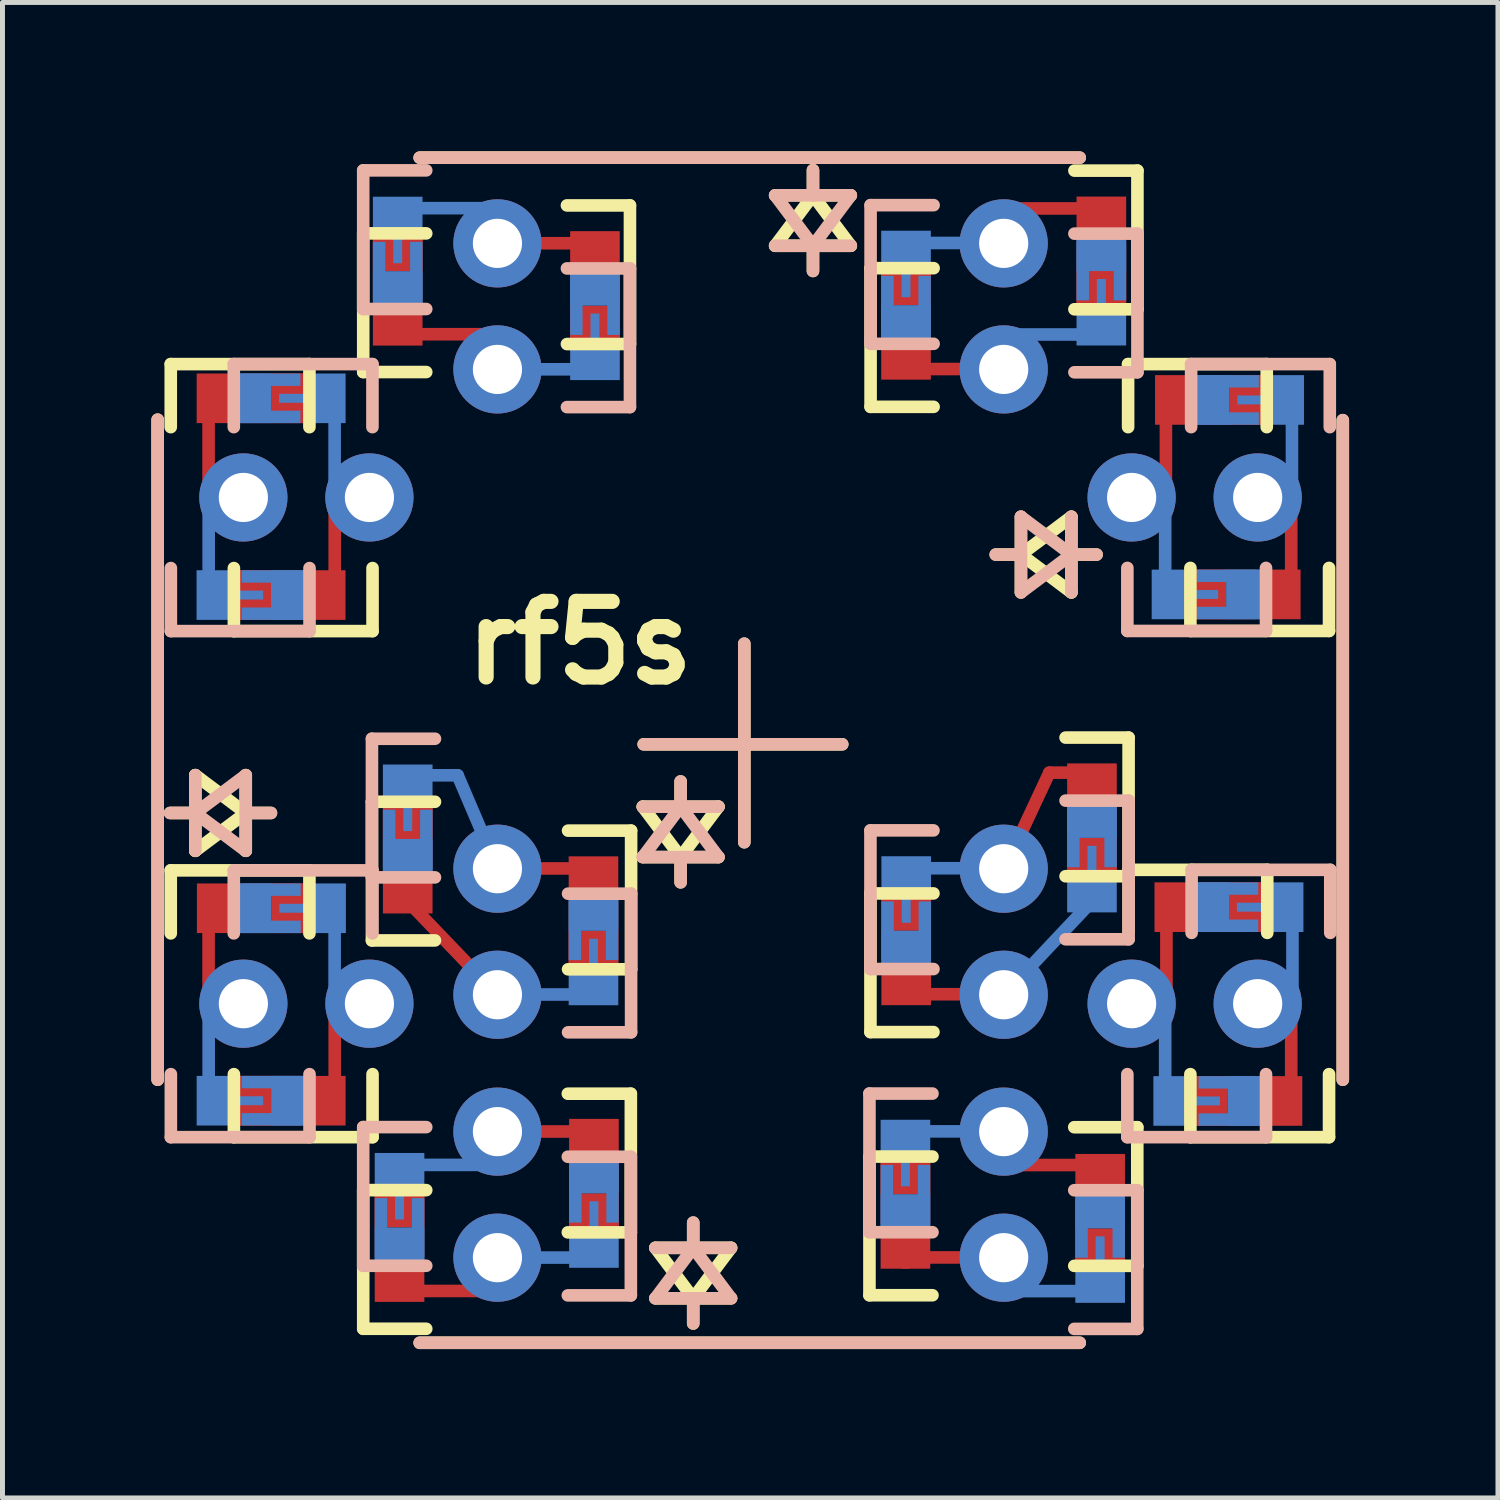
<source format=kicad_pcb>
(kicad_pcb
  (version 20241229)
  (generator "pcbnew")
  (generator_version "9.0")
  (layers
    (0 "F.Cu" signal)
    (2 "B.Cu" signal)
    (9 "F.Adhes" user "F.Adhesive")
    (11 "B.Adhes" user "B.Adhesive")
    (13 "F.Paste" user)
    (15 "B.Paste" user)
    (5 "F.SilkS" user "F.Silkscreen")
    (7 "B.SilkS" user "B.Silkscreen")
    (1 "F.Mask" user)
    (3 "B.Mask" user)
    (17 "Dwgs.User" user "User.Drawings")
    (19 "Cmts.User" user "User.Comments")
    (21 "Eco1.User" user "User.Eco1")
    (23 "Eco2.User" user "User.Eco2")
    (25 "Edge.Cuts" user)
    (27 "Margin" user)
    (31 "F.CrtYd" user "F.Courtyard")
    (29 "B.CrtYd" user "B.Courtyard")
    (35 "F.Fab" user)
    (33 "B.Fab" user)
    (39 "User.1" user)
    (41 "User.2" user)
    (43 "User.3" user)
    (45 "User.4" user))
  (footprint "rf5s"
    (layer "F.Cu")
    (at 11.935 11.935)
    (property "Reference" "rf5s" (at -3.302 -2.032 0) (layer "F.SilkS") (effects (font (size 1.524 1.524) (thickness 0.305))))
    (attr through_hole)
    (fp_line (start -10.782 -5.235) (end -10.782 -6.759) (stroke (width 0.254) (type solid)) (layer "F.Cu"))
    (fp_line (start -10.782 4.966) (end -10.782 3.442) (stroke (width 0.254) (type solid)) (layer "F.Cu"))
    (fp_line (start -8.24 -4.681) (end -8.24 -3.157) (stroke (width 0.254) (type solid)) (layer "F.Cu"))
    (fp_line (start -8.24 5.517) (end -8.24 7.041) (stroke (width 0.254) (type solid)) (layer "F.Cu"))
    (fp_line (start -6.713 3.236) (end -4.963 5.062) (stroke (width 0.254) (type solid)) (layer "F.Cu"))
    (fp_line (start -5.253 -8.25) (end -6.777 -8.25) (stroke (width 0.254) (type solid)) (layer "F.Cu"))
    (fp_line (start -5.253 11.029) (end -6.777 11.029) (stroke (width 0.254) (type solid)) (layer "F.Cu"))
    (fp_line (start -4.704 -10.084) (end -3.18 -10.084) (stroke (width 0.254) (type solid)) (layer "F.Cu"))
    (fp_line (start -4.686 7.816) (end -3.162 7.816) (stroke (width 0.254) (type solid)) (layer "F.Cu"))
    (fp_line (start -4.681 2.515) (end -3.157 2.515) (stroke (width 0.254) (type solid)) (layer "F.Cu"))
    (fp_line (start 4.948 10.353) (end 3.424 10.353) (stroke (width 0.254) (type solid)) (layer "F.Cu"))
    (fp_line (start 4.968 5.05) (end 3.444 5.05) (stroke (width 0.254) (type solid)) (layer "F.Cu"))
    (fp_line (start 4.971 -7.549) (end 3.447 -7.549) (stroke (width 0.254) (type solid)) (layer "F.Cu"))
    (fp_line (start 5.519 8.491) (end 7.043 8.491) (stroke (width 0.254) (type solid)) (layer "F.Cu"))
    (fp_line (start 5.522 -10.785) (end 7.046 -10.785) (stroke (width 0.254) (type solid)) (layer "F.Cu"))
    (fp_line (start 6.16 0.584) (end 5.26 2.512) (stroke (width 0.254) (type solid)) (layer "F.Cu"))
    (fp_line (start 6.96 0.584) (end 6.16 0.584) (stroke (width 0.254) (type solid)) (layer "F.Cu"))
    (fp_line (start 8.509 -5.235) (end 8.509 -6.759) (stroke (width 0.254) (type solid)) (layer "F.Cu"))
    (fp_line (start 8.519 4.956) (end 8.519 3.432) (stroke (width 0.254) (type solid)) (layer "F.Cu"))
    (fp_line (start 11.034 -4.684) (end 11.034 -3.16) (stroke (width 0.254) (type solid)) (layer "F.Cu"))
    (fp_line (start 11.034 5.517) (end 11.034 7.041) (stroke (width 0.254) (type solid)) (layer "F.Cu"))
    (fp_line (start -10.78 -4.681) (end -10.78 -3.157) (stroke (width 0.254) (type solid)) (layer "B.Cu"))
    (fp_line (start -10.78 5.517) (end -10.78 7.041) (stroke (width 0.254) (type solid)) (layer "B.Cu"))
    (fp_line (start -8.242 -6.759) (end -8.242 -5.235) (stroke (width 0.254) (type solid)) (layer "B.Cu"))
    (fp_line (start -8.242 3.442) (end -8.242 4.966) (stroke (width 0.254) (type solid)) (layer "B.Cu"))
    (fp_line (start -6.739 0.638) (end -5.763 0.638) (stroke (width 0.254) (type solid)) (layer "B.Cu"))
    (fp_line (start -5.763 0.638) (end -4.963 2.512) (stroke (width 0.254) (type solid)) (layer "B.Cu"))
    (fp_line (start -5.253 -10.79) (end -6.777 -10.79) (stroke (width 0.254) (type solid)) (layer "B.Cu"))
    (fp_line (start -5.253 8.489) (end -6.777 8.489) (stroke (width 0.254) (type solid)) (layer "B.Cu"))
    (fp_line (start -4.704 -7.544) (end -3.18 -7.544) (stroke (width 0.254) (type solid)) (layer "B.Cu"))
    (fp_line (start -4.686 10.356) (end -3.162 10.356) (stroke (width 0.254) (type solid)) (layer "B.Cu"))
    (fp_line (start -4.681 5.055) (end -3.157 5.055) (stroke (width 0.254) (type solid)) (layer "B.Cu"))
    (fp_line (start 4.948 7.813) (end 3.424 7.813) (stroke (width 0.254) (type solid)) (layer "B.Cu"))
    (fp_line (start 4.968 2.51) (end 3.444 2.51) (stroke (width 0.254) (type solid)) (layer "B.Cu"))
    (fp_line (start 4.971 -10.089) (end 3.447 -10.089) (stroke (width 0.254) (type solid)) (layer "B.Cu"))
    (fp_line (start 5.519 11.031) (end 7.043 11.031) (stroke (width 0.254) (type solid)) (layer "B.Cu"))
    (fp_line (start 5.522 -8.245) (end 7.046 -8.245) (stroke (width 0.254) (type solid)) (layer "B.Cu"))
    (fp_line (start 6.982 3.216) (end 5.245 5.06) (stroke (width 0.254) (type solid)) (layer "B.Cu"))
    (fp_line (start 8.494 -4.684) (end 8.494 -3.16) (stroke (width 0.254) (type solid)) (layer "B.Cu"))
    (fp_line (start 8.494 5.517) (end 8.494 7.041) (stroke (width 0.254) (type solid)) (layer "B.Cu"))
    (fp_line (start 11.049 -5.235) (end 11.049 -6.759) (stroke (width 0.254) (type solid)) (layer "B.Cu"))
    (fp_line (start 11.059 4.956) (end 11.059 3.432) (stroke (width 0.254) (type solid)) (layer "B.Cu"))
    (fp_line (start -11.808 -6.528) (end -11.808 6.772) (stroke (width 0.254) (type solid)) (layer "F.SilkS"))
    (fp_line (start -11.557 1.397) (end -11.049 1.397) (stroke (width 0.254) (type solid)) (layer "F.SilkS"))
    (fp_line (start -11.544 -7.648) (end -8.75 -7.648) (stroke (width 0.254) (type solid)) (layer "F.SilkS"))
    (fp_line (start -11.544 -6.378) (end -11.544 -7.648) (stroke (width 0.254) (type solid)) (layer "F.SilkS"))
    (fp_line (start -11.544 2.553) (end -8.75 2.553) (stroke (width 0.254) (type solid)) (layer "F.SilkS"))
    (fp_line (start -11.544 3.823) (end -11.544 2.553) (stroke (width 0.254) (type solid)) (layer "F.SilkS"))
    (fp_line (start -11.049 0.635) (end -11.049 2.159) (stroke (width 0.254) (type solid)) (layer "F.SilkS"))
    (fp_line (start -11.049 2.159) (end -10.033 1.397) (stroke (width 0.254) (type solid)) (layer "F.SilkS"))
    (fp_line (start -10.272 -2.268) (end -10.272 -3.538) (stroke (width 0.254) (type solid)) (layer "F.SilkS"))
    (fp_line (start -10.272 7.93) (end -10.272 6.66) (stroke (width 0.254) (type solid)) (layer "F.SilkS"))
    (fp_line (start -10.033 1.397) (end -11.049 0.635) (stroke (width 0.254) (type solid)) (layer "F.SilkS"))
    (fp_line (start -10.033 1.397) (end -9.525 1.397) (stroke (width 0.254) (type solid)) (layer "F.SilkS"))
    (fp_line (start -10.033 2.159) (end -10.033 0.635) (stroke (width 0.254) (type solid)) (layer "F.SilkS"))
    (fp_line (start -8.75 -7.648) (end -8.75 -6.378) (stroke (width 0.254) (type solid)) (layer "F.SilkS"))
    (fp_line (start -8.75 2.553) (end -8.75 3.823) (stroke (width 0.254) (type solid)) (layer "F.SilkS"))
    (fp_line (start -7.666 -10.282) (end -6.396 -10.282) (stroke (width 0.254) (type solid)) (layer "F.SilkS"))
    (fp_line (start -7.666 -7.488) (end -7.666 -10.282) (stroke (width 0.254) (type solid)) (layer "F.SilkS"))
    (fp_line (start -7.666 8.997) (end -6.396 8.997) (stroke (width 0.254) (type solid)) (layer "F.SilkS"))
    (fp_line (start -7.666 11.791) (end -7.666 8.997) (stroke (width 0.254) (type solid)) (layer "F.SilkS"))
    (fp_line (start -7.49 1.171) (end -6.22 1.171) (stroke (width 0.254) (type solid)) (layer "F.SilkS"))
    (fp_line (start -7.49 3.965) (end -7.49 1.171) (stroke (width 0.254) (type solid)) (layer "F.SilkS"))
    (fp_line (start -7.478 -3.538) (end -7.478 -2.268) (stroke (width 0.254) (type solid)) (layer "F.SilkS"))
    (fp_line (start -7.478 -2.268) (end -10.272 -2.268) (stroke (width 0.254) (type solid)) (layer "F.SilkS"))
    (fp_line (start -7.478 6.66) (end -7.478 7.93) (stroke (width 0.254) (type solid)) (layer "F.SilkS"))
    (fp_line (start -7.478 7.93) (end -10.272 7.93) (stroke (width 0.254) (type solid)) (layer "F.SilkS"))
    (fp_line (start -6.528 12.073) (end 6.772 12.073) (stroke (width 0.254) (type solid)) (layer "F.SilkS"))
    (fp_line (start -6.396 -7.488) (end -7.666 -7.488) (stroke (width 0.254) (type solid)) (layer "F.SilkS"))
    (fp_line (start -6.396 11.791) (end -7.666 11.791) (stroke (width 0.254) (type solid)) (layer "F.SilkS"))
    (fp_line (start -6.22 3.965) (end -7.49 3.965) (stroke (width 0.254) (type solid)) (layer "F.SilkS"))
    (fp_line (start -3.561 -10.846) (end -2.291 -10.846) (stroke (width 0.254) (type solid)) (layer "F.SilkS"))
    (fp_line (start -3.543 7.054) (end -2.273 7.054) (stroke (width 0.254) (type solid)) (layer "F.SilkS"))
    (fp_line (start -3.538 1.753) (end -2.268 1.753) (stroke (width 0.254) (type solid)) (layer "F.SilkS"))
    (fp_line (start -2.291 -10.846) (end -2.291 -8.052) (stroke (width 0.254) (type solid)) (layer "F.SilkS"))
    (fp_line (start -2.291 -8.052) (end -3.561 -8.052) (stroke (width 0.254) (type solid)) (layer "F.SilkS"))
    (fp_line (start -2.273 7.054) (end -2.273 9.848) (stroke (width 0.254) (type solid)) (layer "F.SilkS"))
    (fp_line (start -2.273 9.848) (end -3.543 9.848) (stroke (width 0.254) (type solid)) (layer "F.SilkS"))
    (fp_line (start -2.268 1.753) (end -2.268 4.547) (stroke (width 0.254) (type solid)) (layer "F.SilkS"))
    (fp_line (start -2.268 4.547) (end -3.538 4.547) (stroke (width 0.254) (type solid)) (layer "F.SilkS"))
    (fp_line (start -2.032 1.27) (end -1.27 2.286) (stroke (width 0.254) (type solid)) (layer "F.SilkS"))
    (fp_line (start -2.032 2.286) (end -0.508 2.286) (stroke (width 0.254) (type solid)) (layer "F.SilkS"))
    (fp_line (start -1.778 10.16) (end -1.016 11.176) (stroke (width 0.254) (type solid)) (layer "F.SilkS"))
    (fp_line (start -1.778 11.176) (end -0.254 11.176) (stroke (width 0.254) (type solid)) (layer "F.SilkS"))
    (fp_line (start -1.27 0.762) (end -1.27 1.27) (stroke (width 0.254) (type solid)) (layer "F.SilkS"))
    (fp_line (start -1.27 2.286) (end -1.27 2.794) (stroke (width 0.254) (type solid)) (layer "F.SilkS"))
    (fp_line (start -1.27 2.286) (end -0.508 1.27) (stroke (width 0.254) (type solid)) (layer "F.SilkS"))
    (fp_line (start -1.016 9.652) (end -1.016 10.16) (stroke (width 0.254) (type solid)) (layer "F.SilkS"))
    (fp_line (start -1.016 11.176) (end -1.016 11.684) (stroke (width 0.254) (type solid)) (layer "F.SilkS"))
    (fp_line (start -1.016 11.176) (end -0.254 10.16) (stroke (width 0.254) (type solid)) (layer "F.SilkS"))
    (fp_line (start -0.508 1.27) (end -2.032 1.27) (stroke (width 0.254) (type solid)) (layer "F.SilkS"))
    (fp_line (start -0.254 10.16) (end -1.778 10.16) (stroke (width 0.254) (type solid)) (layer "F.SilkS"))
    (fp_line (start 0.013 -2.014) (end 0.013 1.986) (stroke (width 0.254) (type solid)) (layer "F.SilkS"))
    (fp_line (start 0.635 -10.033) (end 2.159 -10.033) (stroke (width 0.254) (type solid)) (layer "F.SilkS"))
    (fp_line (start 1.397 -11.049) (end 0.635 -10.033) (stroke (width 0.254) (type solid)) (layer "F.SilkS"))
    (fp_line (start 1.397 -11.049) (end 1.397 -11.557) (stroke (width 0.254) (type solid)) (layer "F.SilkS"))
    (fp_line (start 1.397 -9.525) (end 1.397 -10.033) (stroke (width 0.254) (type solid)) (layer "F.SilkS"))
    (fp_line (start 1.986 0.013) (end -2.014 0.013) (stroke (width 0.254) (type solid)) (layer "F.SilkS"))
    (fp_line (start 2.159 -11.049) (end 0.635 -11.049) (stroke (width 0.254) (type solid)) (layer "F.SilkS"))
    (fp_line (start 2.159 -10.033) (end 1.397 -11.049) (stroke (width 0.254) (type solid)) (layer "F.SilkS"))
    (fp_line (start 2.535 8.321) (end 3.805 8.321) (stroke (width 0.254) (type solid)) (layer "F.SilkS"))
    (fp_line (start 2.535 11.115) (end 2.535 8.321) (stroke (width 0.254) (type solid)) (layer "F.SilkS"))
    (fp_line (start 2.555 3.018) (end 3.825 3.018) (stroke (width 0.254) (type solid)) (layer "F.SilkS"))
    (fp_line (start 2.555 5.812) (end 2.555 3.018) (stroke (width 0.254) (type solid)) (layer "F.SilkS"))
    (fp_line (start 2.558 -9.581) (end 3.828 -9.581) (stroke (width 0.254) (type solid)) (layer "F.SilkS"))
    (fp_line (start 2.558 -6.787) (end 2.558 -9.581) (stroke (width 0.254) (type solid)) (layer "F.SilkS"))
    (fp_line (start 3.805 11.115) (end 2.535 11.115) (stroke (width 0.254) (type solid)) (layer "F.SilkS"))
    (fp_line (start 3.825 5.812) (end 2.555 5.812) (stroke (width 0.254) (type solid)) (layer "F.SilkS"))
    (fp_line (start 3.828 -6.787) (end 2.558 -6.787) (stroke (width 0.254) (type solid)) (layer "F.SilkS"))
    (fp_line (start 5.588 -4.572) (end 5.588 -3.048) (stroke (width 0.254) (type solid)) (layer "F.SilkS"))
    (fp_line (start 5.588 -3.81) (end 5.08 -3.81) (stroke (width 0.254) (type solid)) (layer "F.SilkS"))
    (fp_line (start 5.588 -3.81) (end 6.604 -3.048) (stroke (width 0.254) (type solid)) (layer "F.SilkS"))
    (fp_line (start 6.487 -0.122) (end 7.757 -0.122) (stroke (width 0.254) (type solid)) (layer "F.SilkS"))
    (fp_line (start 6.604 -4.572) (end 5.588 -3.81) (stroke (width 0.254) (type solid)) (layer "F.SilkS"))
    (fp_line (start 6.604 -3.048) (end 6.604 -4.572) (stroke (width 0.254) (type solid)) (layer "F.SilkS"))
    (fp_line (start 6.662 7.729) (end 7.932 7.729) (stroke (width 0.254) (type solid)) (layer "F.SilkS"))
    (fp_line (start 6.665 -11.547) (end 7.935 -11.547) (stroke (width 0.254) (type solid)) (layer "F.SilkS"))
    (fp_line (start 6.772 -11.808) (end -6.528 -11.808) (stroke (width 0.254) (type solid)) (layer "F.SilkS"))
    (fp_line (start 7.112 -3.81) (end 6.604 -3.81) (stroke (width 0.254) (type solid)) (layer "F.SilkS"))
    (fp_line (start 7.747 -7.648) (end 10.541 -7.648) (stroke (width 0.254) (type solid)) (layer "F.SilkS"))
    (fp_line (start 7.747 -6.378) (end 7.747 -7.648) (stroke (width 0.254) (type solid)) (layer "F.SilkS"))
    (fp_line (start 7.757 -0.122) (end 7.757 2.672) (stroke (width 0.254) (type solid)) (layer "F.SilkS"))
    (fp_line (start 7.757 2.543) (end 10.551 2.543) (stroke (width 0.254) (type solid)) (layer "F.SilkS"))
    (fp_line (start 7.757 2.672) (end 6.487 2.672) (stroke (width 0.254) (type solid)) (layer "F.SilkS"))
    (fp_line (start 7.757 3.813) (end 7.757 2.543) (stroke (width 0.254) (type solid)) (layer "F.SilkS"))
    (fp_line (start 7.932 7.729) (end 7.932 10.523) (stroke (width 0.254) (type solid)) (layer "F.SilkS"))
    (fp_line (start 7.932 10.523) (end 6.662 10.523) (stroke (width 0.254) (type solid)) (layer "F.SilkS"))
    (fp_line (start 7.935 -11.547) (end 7.935 -8.753) (stroke (width 0.254) (type solid)) (layer "F.SilkS"))
    (fp_line (start 7.935 -8.753) (end 6.665 -8.753) (stroke (width 0.254) (type solid)) (layer "F.SilkS"))
    (fp_line (start 9.002 -2.271) (end 9.002 -3.541) (stroke (width 0.254) (type solid)) (layer "F.SilkS"))
    (fp_line (start 9.002 7.93) (end 9.002 6.66) (stroke (width 0.254) (type solid)) (layer "F.SilkS"))
    (fp_line (start 10.541 -7.648) (end 10.541 -6.378) (stroke (width 0.254) (type solid)) (layer "F.SilkS"))
    (fp_line (start 10.551 2.543) (end 10.551 3.813) (stroke (width 0.254) (type solid)) (layer "F.SilkS"))
    (fp_line (start 11.796 -3.541) (end 11.796 -2.271) (stroke (width 0.254) (type solid)) (layer "F.SilkS"))
    (fp_line (start 11.796 -2.271) (end 9.002 -2.271) (stroke (width 0.254) (type solid)) (layer "F.SilkS"))
    (fp_line (start 11.796 6.66) (end 11.796 7.93) (stroke (width 0.254) (type solid)) (layer "F.SilkS"))
    (fp_line (start 11.796 7.93) (end 9.002 7.93) (stroke (width 0.254) (type solid)) (layer "F.SilkS"))
    (fp_line (start 12.073 6.772) (end 12.073 -6.518) (stroke (width 0.254) (type solid)) (layer "F.SilkS"))
    (fp_line (start -11.808 6.772) (end -11.808 -6.528) (stroke (width 0.254) (type solid)) (layer "B.SilkS"))
    (fp_line (start -11.542 -2.268) (end -11.542 -3.538) (stroke (width 0.254) (type solid)) (layer "B.SilkS"))
    (fp_line (start -11.542 7.93) (end -11.542 6.66) (stroke (width 0.254) (type solid)) (layer "B.SilkS"))
    (fp_line (start -11.049 0.635) (end -11.049 2.159) (stroke (width 0.254) (type solid)) (layer "B.SilkS"))
    (fp_line (start -11.049 1.397) (end -11.557 1.397) (stroke (width 0.254) (type solid)) (layer "B.SilkS"))
    (fp_line (start -11.049 1.397) (end -10.033 2.159) (stroke (width 0.254) (type solid)) (layer "B.SilkS"))
    (fp_line (start -10.274 -7.648) (end -7.48 -7.648) (stroke (width 0.254) (type solid)) (layer "B.SilkS"))
    (fp_line (start -10.274 -6.378) (end -10.274 -7.648) (stroke (width 0.254) (type solid)) (layer "B.SilkS"))
    (fp_line (start -10.274 2.553) (end -7.48 2.553) (stroke (width 0.254) (type solid)) (layer "B.SilkS"))
    (fp_line (start -10.274 3.823) (end -10.274 2.553) (stroke (width 0.254) (type solid)) (layer "B.SilkS"))
    (fp_line (start -10.033 0.635) (end -11.049 1.397) (stroke (width 0.254) (type solid)) (layer "B.SilkS"))
    (fp_line (start -10.033 2.159) (end -10.033 0.635) (stroke (width 0.254) (type solid)) (layer "B.SilkS"))
    (fp_line (start -9.525 1.397) (end -10.033 1.397) (stroke (width 0.254) (type solid)) (layer "B.SilkS"))
    (fp_line (start -8.748 -3.538) (end -8.748 -2.268) (stroke (width 0.254) (type solid)) (layer "B.SilkS"))
    (fp_line (start -8.748 -2.268) (end -11.542 -2.268) (stroke (width 0.254) (type solid)) (layer "B.SilkS"))
    (fp_line (start -8.748 6.66) (end -8.748 7.93) (stroke (width 0.254) (type solid)) (layer "B.SilkS"))
    (fp_line (start -8.748 7.93) (end -11.542 7.93) (stroke (width 0.254) (type solid)) (layer "B.SilkS"))
    (fp_line (start -7.666 -11.552) (end -6.396 -11.552) (stroke (width 0.254) (type solid)) (layer "B.SilkS"))
    (fp_line (start -7.666 -8.758) (end -7.666 -11.552) (stroke (width 0.254) (type solid)) (layer "B.SilkS"))
    (fp_line (start -7.666 7.727) (end -6.396 7.727) (stroke (width 0.254) (type solid)) (layer "B.SilkS"))
    (fp_line (start -7.666 10.521) (end -7.666 7.727) (stroke (width 0.254) (type solid)) (layer "B.SilkS"))
    (fp_line (start -7.49 -0.099) (end -6.22 -0.099) (stroke (width 0.254) (type solid)) (layer "B.SilkS"))
    (fp_line (start -7.49 2.695) (end -7.49 -0.099) (stroke (width 0.254) (type solid)) (layer "B.SilkS"))
    (fp_line (start -7.48 -7.648) (end -7.48 -6.378) (stroke (width 0.254) (type solid)) (layer "B.SilkS"))
    (fp_line (start -7.48 2.553) (end -7.48 3.823) (stroke (width 0.254) (type solid)) (layer "B.SilkS"))
    (fp_line (start -6.528 -11.808) (end 6.772 -11.808) (stroke (width 0.254) (type solid)) (layer "B.SilkS"))
    (fp_line (start -6.396 -8.758) (end -7.666 -8.758) (stroke (width 0.254) (type solid)) (layer "B.SilkS"))
    (fp_line (start -6.396 10.521) (end -7.666 10.521) (stroke (width 0.254) (type solid)) (layer "B.SilkS"))
    (fp_line (start -6.22 2.695) (end -7.49 2.695) (stroke (width 0.254) (type solid)) (layer "B.SilkS"))
    (fp_line (start -3.561 -9.576) (end -2.291 -9.576) (stroke (width 0.254) (type solid)) (layer "B.SilkS"))
    (fp_line (start -3.543 8.324) (end -2.273 8.324) (stroke (width 0.254) (type solid)) (layer "B.SilkS"))
    (fp_line (start -3.538 3.023) (end -2.268 3.023) (stroke (width 0.254) (type solid)) (layer "B.SilkS"))
    (fp_line (start -2.291 -9.576) (end -2.291 -6.782) (stroke (width 0.254) (type solid)) (layer "B.SilkS"))
    (fp_line (start -2.291 -6.782) (end -3.561 -6.782) (stroke (width 0.254) (type solid)) (layer "B.SilkS"))
    (fp_line (start -2.273 8.324) (end -2.273 11.118) (stroke (width 0.254) (type solid)) (layer "B.SilkS"))
    (fp_line (start -2.273 11.118) (end -3.543 11.118) (stroke (width 0.254) (type solid)) (layer "B.SilkS"))
    (fp_line (start -2.268 3.023) (end -2.268 5.817) (stroke (width 0.254) (type solid)) (layer "B.SilkS"))
    (fp_line (start -2.268 5.817) (end -3.538 5.817) (stroke (width 0.254) (type solid)) (layer "B.SilkS"))
    (fp_line (start -2.032 2.286) (end -0.508 2.286) (stroke (width 0.254) (type solid)) (layer "B.SilkS"))
    (fp_line (start -2.014 0.013) (end 1.986 0.013) (stroke (width 0.254) (type solid)) (layer "B.SilkS"))
    (fp_line (start -1.778 11.176) (end -0.254 11.176) (stroke (width 0.254) (type solid)) (layer "B.SilkS"))
    (fp_line (start -1.27 1.27) (end -2.032 2.286) (stroke (width 0.254) (type solid)) (layer "B.SilkS"))
    (fp_line (start -1.27 1.27) (end -1.27 0.762) (stroke (width 0.254) (type solid)) (layer "B.SilkS"))
    (fp_line (start -1.27 2.794) (end -1.27 2.286) (stroke (width 0.254) (type solid)) (layer "B.SilkS"))
    (fp_line (start -1.016 10.16) (end -1.778 11.176) (stroke (width 0.254) (type solid)) (layer "B.SilkS"))
    (fp_line (start -1.016 10.16) (end -1.016 9.652) (stroke (width 0.254) (type solid)) (layer "B.SilkS"))
    (fp_line (start -1.016 11.684) (end -1.016 11.176) (stroke (width 0.254) (type solid)) (layer "B.SilkS"))
    (fp_line (start -0.508 1.27) (end -2.032 1.27) (stroke (width 0.254) (type solid)) (layer "B.SilkS"))
    (fp_line (start -0.508 2.286) (end -1.27 1.27) (stroke (width 0.254) (type solid)) (layer "B.SilkS"))
    (fp_line (start -0.254 10.16) (end -1.778 10.16) (stroke (width 0.254) (type solid)) (layer "B.SilkS"))
    (fp_line (start -0.254 11.176) (end -1.016 10.16) (stroke (width 0.254) (type solid)) (layer "B.SilkS"))
    (fp_line (start 0.013 -2.014) (end 0.013 1.986) (stroke (width 0.254) (type solid)) (layer "B.SilkS"))
    (fp_line (start 0.635 -11.049) (end 1.397 -10.033) (stroke (width 0.254) (type solid)) (layer "B.SilkS"))
    (fp_line (start 0.635 -10.033) (end 2.159 -10.033) (stroke (width 0.254) (type solid)) (layer "B.SilkS"))
    (fp_line (start 1.397 -11.557) (end 1.397 -11.049) (stroke (width 0.254) (type solid)) (layer "B.SilkS"))
    (fp_line (start 1.397 -10.033) (end 1.397 -9.525) (stroke (width 0.254) (type solid)) (layer "B.SilkS"))
    (fp_line (start 1.397 -10.033) (end 2.159 -11.049) (stroke (width 0.254) (type solid)) (layer "B.SilkS"))
    (fp_line (start 2.159 -11.049) (end 0.635 -11.049) (stroke (width 0.254) (type solid)) (layer "B.SilkS"))
    (fp_line (start 2.535 7.051) (end 3.805 7.051) (stroke (width 0.254) (type solid)) (layer "B.SilkS"))
    (fp_line (start 2.535 9.845) (end 2.535 7.051) (stroke (width 0.254) (type solid)) (layer "B.SilkS"))
    (fp_line (start 2.555 1.748) (end 3.825 1.748) (stroke (width 0.254) (type solid)) (layer "B.SilkS"))
    (fp_line (start 2.555 4.542) (end 2.555 1.748) (stroke (width 0.254) (type solid)) (layer "B.SilkS"))
    (fp_line (start 2.558 -10.851) (end 3.828 -10.851) (stroke (width 0.254) (type solid)) (layer "B.SilkS"))
    (fp_line (start 2.558 -8.057) (end 2.558 -10.851) (stroke (width 0.254) (type solid)) (layer "B.SilkS"))
    (fp_line (start 3.805 9.845) (end 2.535 9.845) (stroke (width 0.254) (type solid)) (layer "B.SilkS"))
    (fp_line (start 3.825 4.542) (end 2.555 4.542) (stroke (width 0.254) (type solid)) (layer "B.SilkS"))
    (fp_line (start 3.828 -8.057) (end 2.558 -8.057) (stroke (width 0.254) (type solid)) (layer "B.SilkS"))
    (fp_line (start 5.08 -3.81) (end 5.588 -3.81) (stroke (width 0.254) (type solid)) (layer "B.SilkS"))
    (fp_line (start 5.588 -4.572) (end 5.588 -3.048) (stroke (width 0.254) (type solid)) (layer "B.SilkS"))
    (fp_line (start 5.588 -3.048) (end 6.604 -3.81) (stroke (width 0.254) (type solid)) (layer "B.SilkS"))
    (fp_line (start 6.487 1.148) (end 7.757 1.148) (stroke (width 0.254) (type solid)) (layer "B.SilkS"))
    (fp_line (start 6.604 -3.81) (end 5.588 -4.572) (stroke (width 0.254) (type solid)) (layer "B.SilkS"))
    (fp_line (start 6.604 -3.81) (end 7.112 -3.81) (stroke (width 0.254) (type solid)) (layer "B.SilkS"))
    (fp_line (start 6.604 -3.048) (end 6.604 -4.572) (stroke (width 0.254) (type solid)) (layer "B.SilkS"))
    (fp_line (start 6.662 8.999) (end 7.932 8.999) (stroke (width 0.254) (type solid)) (layer "B.SilkS"))
    (fp_line (start 6.665 -10.277) (end 7.935 -10.277) (stroke (width 0.254) (type solid)) (layer "B.SilkS"))
    (fp_line (start 6.772 12.073) (end -6.528 12.073) (stroke (width 0.254) (type solid)) (layer "B.SilkS"))
    (fp_line (start 7.732 -2.271) (end 7.732 -3.541) (stroke (width 0.254) (type solid)) (layer "B.SilkS"))
    (fp_line (start 7.732 7.93) (end 7.732 6.66) (stroke (width 0.254) (type solid)) (layer "B.SilkS"))
    (fp_line (start 7.757 1.148) (end 7.757 3.942) (stroke (width 0.254) (type solid)) (layer "B.SilkS"))
    (fp_line (start 7.757 3.942) (end 6.487 3.942) (stroke (width 0.254) (type solid)) (layer "B.SilkS"))
    (fp_line (start 7.932 8.999) (end 7.932 11.793) (stroke (width 0.254) (type solid)) (layer "B.SilkS"))
    (fp_line (start 7.932 11.793) (end 6.662 11.793) (stroke (width 0.254) (type solid)) (layer "B.SilkS"))
    (fp_line (start 7.935 -10.277) (end 7.935 -7.483) (stroke (width 0.254) (type solid)) (layer "B.SilkS"))
    (fp_line (start 7.935 -7.483) (end 6.665 -7.483) (stroke (width 0.254) (type solid)) (layer "B.SilkS"))
    (fp_line (start 9.017 -7.648) (end 11.811 -7.648) (stroke (width 0.254) (type solid)) (layer "B.SilkS"))
    (fp_line (start 9.017 -6.378) (end 9.017 -7.648) (stroke (width 0.254) (type solid)) (layer "B.SilkS"))
    (fp_line (start 9.027 2.543) (end 11.821 2.543) (stroke (width 0.254) (type solid)) (layer "B.SilkS"))
    (fp_line (start 9.027 3.813) (end 9.027 2.543) (stroke (width 0.254) (type solid)) (layer "B.SilkS"))
    (fp_line (start 10.526 -3.541) (end 10.526 -2.271) (stroke (width 0.254) (type solid)) (layer "B.SilkS"))
    (fp_line (start 10.526 -2.271) (end 7.732 -2.271) (stroke (width 0.254) (type solid)) (layer "B.SilkS"))
    (fp_line (start 10.526 6.66) (end 10.526 7.93) (stroke (width 0.254) (type solid)) (layer "B.SilkS"))
    (fp_line (start 10.526 7.93) (end 7.732 7.93) (stroke (width 0.254) (type solid)) (layer "B.SilkS"))
    (fp_line (start 11.811 -7.648) (end 11.811 -6.378) (stroke (width 0.254) (type solid)) (layer "B.SilkS"))
    (fp_line (start 11.821 2.543) (end 11.821 3.813) (stroke (width 0.254) (type solid)) (layer "B.SilkS"))
    (fp_line (start 12.073 -6.518) (end 12.073 6.772) (stroke (width 0.254) (type solid)) (layer "B.SilkS"))
    (pad "" thru_hole circle (at -10.081 -4.961) (size 1.778 1.778) (drill 0.991) (layers "*.Cu" "*.Mask"))
    (pad "" thru_hole circle (at -10.081 5.24) (size 1.778 1.778) (drill 0.991) (layers "*.Cu" "*.Mask"))
    (pad "" thru_hole circle (at -7.541 -4.961) (size 1.778 1.778) (drill 0.991) (layers "*.Cu" "*.Mask"))
    (pad "" thru_hole circle (at -7.541 5.24) (size 1.778 1.778) (drill 0.991) (layers "*.Cu" "*.Mask"))
    (pad "" thru_hole circle (at -4.961 -10.081 90) (size 1.778 1.778) (drill 0.991) (layers "*.Cu" "*.Mask"))
    (pad "" thru_hole circle (at -4.961 -7.541 90) (size 1.778 1.778) (drill 0.991) (layers "*.Cu" "*.Mask"))
    (pad "" thru_hole circle (at -4.961 2.52 90) (size 1.778 1.778) (drill 0.991) (layers "*.Cu" "*.Mask"))
    (pad "" thru_hole circle (at -4.961 5.06 90) (size 1.778 1.778) (drill 0.991) (layers "*.Cu" "*.Mask"))
    (pad "" thru_hole circle (at -4.961 7.818 90) (size 1.778 1.778) (drill 0.991) (layers "*.Cu" "*.Mask"))
    (pad "" thru_hole circle (at -4.961 10.358 90) (size 1.778 1.778) (drill 0.991) (layers "*.Cu" "*.Mask"))
    (pad "" thru_hole circle (at 5.24 -10.081 90) (size 1.778 1.778) (drill 0.991) (layers "*.Cu" "*.Mask"))
    (pad "" thru_hole circle (at 5.24 -7.541 90) (size 1.778 1.778) (drill 0.991) (layers "*.Cu" "*.Mask"))
    (pad "" thru_hole circle (at 5.24 2.52 90) (size 1.778 1.778) (drill 0.991) (layers "*.Cu" "*.Mask"))
    (pad "" thru_hole circle (at 5.24 5.06 90) (size 1.778 1.778) (drill 0.991) (layers "*.Cu" "*.Mask"))
    (pad "" thru_hole circle (at 5.24 7.818 90) (size 1.778 1.778) (drill 0.991) (layers "*.Cu" "*.Mask"))
    (pad "" thru_hole circle (at 5.24 10.358 90) (size 1.778 1.778) (drill 0.991) (layers "*.Cu" "*.Mask"))
    (pad "" thru_hole circle (at 7.818 -4.961) (size 1.778 1.778) (drill 0.991) (layers "*.Cu" "*.Mask"))
    (pad "" thru_hole circle (at 7.818 5.24) (size 1.778 1.778) (drill 0.991) (layers "*.Cu" "*.Mask"))
    (pad "" thru_hole circle (at 10.358 -4.961) (size 1.778 1.778) (drill 0.991) (layers "*.Cu" "*.Mask"))
    (pad "" thru_hole circle (at 10.358 5.24) (size 1.778 1.778) (drill 0.991) (layers "*.Cu" "*.Mask"))
    (pad "1" smd rect (at 6.833 -9.585 270) (size 1.305 0.25) (layers "B.Cu" "B.Mask" "B.Paste"))
    (pad "1" smd rect (at 6.833 -9.461 90) (size 1.305 0.25) (layers "F.Cu" "F.Mask" "F.Paste"))
    (pad "1" smd rect (at 7.208 -9.898 270) (size 0.75 1) (layers "B.Cu" "B.Mask" "B.Adhes"))
    (pad "1" smd rect (at 7.208 -9.149 90) (size 0.75 1) (layers "F.Cu" "F.Mask" "F.Paste"))
    (pad "1" smd rect (at 7.583 -9.585 270) (size 1.305 0.25) (layers "B.Cu" "B.Mask" "B.Paste"))
    (pad "1" smd rect (at 7.583 -9.461 90) (size 1.305 0.25) (layers "F.Cu" "F.Mask" "F.Paste"))
    (pad "1A" smd rect (at 7.208 -10.649 90) (size 0.75 1) (layers "F.Cu" "F.Mask" "F.Paste"))
    (pad "1A" smd rect (at 7.208 -10.336 90) (size 1.305 0.18) (layers "F.Cu" "F.Mask" "F.Paste"))
    (pad "1B" smd rect (at 7.208 -8.71 270) (size 1.305 0.18) (layers "B.Cu" "B.Mask" "B.Paste"))
    (pad "1B" smd rect (at 7.208 -8.398 270) (size 0.75 1) (layers "B.Cu" "B.Mask" "B.Paste"))
    (pad "2" smd rect (at 2.897 -8.898 270) (size 1.305 0.25) (layers "F.Cu" "F.Mask" "F.Paste"))
    (pad "2" smd rect (at 2.897 -8.774 90) (size 1.305 0.25) (layers "B.Cu" "B.Mask" "B.Paste"))
    (pad "2" smd rect (at 3.272 -9.21 270) (size 0.75 1) (layers "F.Cu" "F.Mask" "F.Paste"))
    (pad "2" smd rect (at 3.272 -8.461 90) (size 0.75 1) (layers "B.Cu" "B.Mask" "B.Adhes"))
    (pad "2" smd rect (at 3.647 -8.898 270) (size 1.305 0.25) (layers "F.Cu" "F.Mask" "F.Paste"))
    (pad "2" smd rect (at 3.647 -8.774 90) (size 1.305 0.25) (layers "B.Cu" "B.Mask" "B.Paste"))
    (pad "2A" smd rect (at 3.272 -8.023 270) (size 1.305 0.18) (layers "F.Cu" "F.Mask" "F.Paste"))
    (pad "2A" smd rect (at 3.272 -7.71 270) (size 0.75 1) (layers "F.Cu" "F.Mask" "F.Paste"))
    (pad "2B" smd rect (at 3.272 -9.961 90) (size 0.75 1) (layers "B.Cu" "B.Mask" "B.Paste"))
    (pad "2B" smd rect (at 3.272 -9.649 90) (size 1.305 0.18) (layers "B.Cu" "B.Mask" "B.Paste"))
    (pad "3" smd rect (at 9.416 -6.926) (size 0.75 1) (layers "B.Cu" "B.Mask" "B.Adhes"))
    (pad "3" smd rect (at 9.729 -7.301) (size 1.305 0.25) (layers "B.Cu" "B.Mask" "B.Paste"))
    (pad "3" smd rect (at 9.729 -6.551) (size 1.305 0.25) (layers "B.Cu" "B.Mask" "B.Paste"))
    (pad "3" smd rect (at 9.852 -7.301 180) (size 1.305 0.25) (layers "F.Cu" "F.Mask" "F.Paste"))
    (pad "3" smd rect (at 9.852 -6.551 180) (size 1.305 0.25) (layers "F.Cu" "F.Mask" "F.Paste"))
    (pad "3" smd rect (at 10.165 -6.926 180) (size 0.75 1) (layers "F.Cu" "F.Mask" "F.Paste"))
    (pad "3A" smd rect (at 8.665 -6.926 180) (size 0.75 1) (layers "F.Cu" "F.Mask" "F.Paste"))
    (pad "3A" smd rect (at 8.977 -6.926 180) (size 1.305 0.18) (layers "F.Cu" "F.Mask" "F.Paste"))
    (pad "3B" smd rect (at 10.604 -6.926) (size 1.305 0.18) (layers "B.Cu" "B.Mask" "B.Paste"))
    (pad "3B" smd rect (at 10.916 -6.926) (size 0.75 1) (layers "B.Cu" "B.Mask" "B.Paste"))
    (pad "4" smd rect (at 9.348 -3.007) (size 0.75 1) (layers "F.Cu" "F.Mask" "F.Paste"))
    (pad "4" smd rect (at 9.661 -3.382) (size 1.305 0.25) (layers "F.Cu" "F.Mask" "F.Paste"))
    (pad "4" smd rect (at 9.661 -2.632) (size 1.305 0.25) (layers "F.Cu" "F.Mask" "F.Paste"))
    (pad "4" smd rect (at 9.784 -3.382 180) (size 1.305 0.25) (layers "B.Cu" "B.Mask" "B.Paste"))
    (pad "4" smd rect (at 9.784 -2.632 180) (size 1.305 0.25) (layers "B.Cu" "B.Mask" "B.Paste"))
    (pad "4" smd rect (at 10.097 -3.007 180) (size 0.75 1) (layers "B.Cu" "B.Mask" "B.Adhes"))
    (pad "4A" smd rect (at 10.536 -3.007) (size 1.305 0.18) (layers "F.Cu" "F.Mask" "F.Paste"))
    (pad "4A" smd rect (at 10.848 -3.007) (size 0.75 1) (layers "F.Cu" "F.Mask" "F.Paste"))
    (pad "4B" smd rect (at 8.597 -3.007 180) (size 0.75 1) (layers "B.Cu" "B.Mask" "B.Paste"))
    (pad "4B" smd rect (at 8.909 -3.007 180) (size 1.305 0.18) (layers "B.Cu" "B.Mask" "B.Paste"))
    (pad "5" smd rect (at -7.144 1.86 270) (size 1.305 0.25) (layers "F.Cu" "F.Mask" "F.Paste"))
    (pad "5" smd rect (at -7.144 1.984 90) (size 1.305 0.25) (layers "B.Cu" "B.Mask" "B.Paste"))
    (pad "5" smd rect (at -6.769 1.548 270) (size 0.75 1) (layers "F.Cu" "F.Mask" "F.Paste"))
    (pad "5" smd rect (at -6.769 2.296 90) (size 0.75 1) (layers "B.Cu" "B.Mask" "B.Adhes"))
    (pad "5" smd rect (at -6.394 1.86 270) (size 1.305 0.25) (layers "F.Cu" "F.Mask" "F.Paste"))
    (pad "5" smd rect (at -6.394 1.984 90) (size 1.305 0.25) (layers "B.Cu" "B.Mask" "B.Paste"))
    (pad "5A" smd rect (at -6.769 2.735 270) (size 1.305 0.18) (layers "F.Cu" "F.Mask" "F.Paste"))
    (pad "5A" smd rect (at -6.769 3.047 270) (size 0.75 1) (layers "F.Cu" "F.Mask" "F.Paste"))
    (pad "5B" smd rect (at -6.769 0.796 90) (size 0.75 1) (layers "B.Cu" "B.Mask" "B.Paste"))
    (pad "5B" smd rect (at -6.769 1.109 90) (size 1.305 0.18) (layers "B.Cu" "B.Mask" "B.Paste"))
    (pad "6" smd rect (at -3.401 3.709 270) (size 1.305 0.25) (layers "B.Cu" "B.Mask" "B.Paste"))
    (pad "6" smd rect (at -3.401 3.833 90) (size 1.305 0.25) (layers "F.Cu" "F.Mask" "F.Paste"))
    (pad "6" smd rect (at -3.026 3.397 270) (size 0.75 1) (layers "B.Cu" "B.Mask" "B.Adhes"))
    (pad "6" smd rect (at -3.026 4.146 90) (size 0.75 1) (layers "F.Cu" "F.Mask" "F.Paste"))
    (pad "6" smd rect (at -2.651 3.709 270) (size 1.305 0.25) (layers "B.Cu" "B.Mask" "B.Paste"))
    (pad "6" smd rect (at -2.651 3.833 90) (size 1.305 0.25) (layers "F.Cu" "F.Mask" "F.Paste"))
    (pad "6A" smd rect (at -3.026 2.646 90) (size 0.75 1) (layers "F.Cu" "F.Mask" "F.Paste"))
    (pad "6A" smd rect (at -3.026 2.958 90) (size 1.305 0.18) (layers "F.Cu" "F.Mask" "F.Paste"))
    (pad "6B" smd rect (at -3.026 4.584 270) (size 1.305 0.18) (layers "B.Cu" "B.Mask" "B.Paste"))
    (pad "6B" smd rect (at -3.026 4.896 270) (size 0.75 1) (layers "B.Cu" "B.Mask" "B.Paste"))
    (pad "7" smd rect (at -7.309 9.687 270) (size 1.305 0.25) (layers "F.Cu" "F.Mask" "F.Paste"))
    (pad "7" smd rect (at -7.309 9.811 90) (size 1.305 0.25) (layers "B.Cu" "B.Mask" "B.Paste"))
    (pad "7" smd rect (at -6.934 9.374 270) (size 0.75 1) (layers "F.Cu" "F.Mask" "F.Paste"))
    (pad "7" smd rect (at -6.934 10.123 90) (size 0.75 1) (layers "B.Cu" "B.Mask" "B.Adhes"))
    (pad "7" smd rect (at -6.559 9.687 270) (size 1.305 0.25) (layers "F.Cu" "F.Mask" "F.Paste"))
    (pad "7" smd rect (at -6.559 9.811 90) (size 1.305 0.25) (layers "B.Cu" "B.Mask" "B.Paste"))
    (pad "7A" smd rect (at -6.934 10.562 270) (size 1.305 0.18) (layers "F.Cu" "F.Mask" "F.Paste"))
    (pad "7A" smd rect (at -6.934 10.874 270) (size 0.75 1) (layers "F.Cu" "F.Mask" "F.Paste"))
    (pad "7B" smd rect (at -6.934 8.623 90) (size 0.75 1) (layers "B.Cu" "B.Mask" "B.Paste"))
    (pad "7B" smd rect (at -6.934 8.936 90) (size 1.305 0.18) (layers "B.Cu" "B.Mask" "B.Paste"))
    (pad "8" smd rect (at -3.392 8.999 270) (size 1.305 0.25) (layers "B.Cu" "B.Mask" "B.Paste"))
    (pad "8" smd rect (at -3.392 9.123 90) (size 1.305 0.25) (layers "F.Cu" "F.Mask" "F.Paste"))
    (pad "8" smd rect (at -3.017 8.687 270) (size 0.75 1) (layers "B.Cu" "B.Mask" "B.Adhes"))
    (pad "8" smd rect (at -3.017 9.436 90) (size 0.75 1) (layers "F.Cu" "F.Mask" "F.Paste"))
    (pad "8" smd rect (at -2.642 8.999 270) (size 1.305 0.25) (layers "B.Cu" "B.Mask" "B.Paste"))
    (pad "8" smd rect (at -2.642 9.123 90) (size 1.305 0.25) (layers "F.Cu" "F.Mask" "F.Paste"))
    (pad "8A" smd rect (at -3.017 7.936 90) (size 0.75 1) (layers "F.Cu" "F.Mask" "F.Paste"))
    (pad "8A" smd rect (at -3.017 8.248 90) (size 1.305 0.18) (layers "F.Cu" "F.Mask" "F.Paste"))
    (pad "8B" smd rect (at -3.017 9.874 270) (size 1.305 0.18) (layers "B.Cu" "B.Mask" "B.Paste"))
    (pad "8B" smd rect (at -3.017 10.187 270) (size 0.75 1) (layers "B.Cu" "B.Mask" "B.Paste"))
    (pad "9" smd rect (at -9.896 7.195) (size 0.75 1) (layers "F.Cu" "F.Mask" "F.Paste"))
    (pad "9" smd rect (at -9.584 6.82) (size 1.305 0.25) (layers "F.Cu" "F.Mask" "F.Paste"))
    (pad "9" smd rect (at -9.584 7.57) (size 1.305 0.25) (layers "F.Cu" "F.Mask" "F.Paste"))
    (pad "9" smd rect (at -9.46 6.82 180) (size 1.305 0.25) (layers "B.Cu" "B.Mask" "B.Paste"))
    (pad "9" smd rect (at -9.46 7.57 180) (size 1.305 0.25) (layers "B.Cu" "B.Mask" "B.Paste"))
    (pad "9" smd rect (at -9.147 7.195 180) (size 0.75 1) (layers "B.Cu" "B.Mask" "B.Adhes"))
    (pad "9A" smd rect (at -8.709 7.195) (size 1.305 0.18) (layers "F.Cu" "F.Mask" "F.Paste"))
    (pad "9A" smd rect (at -8.396 7.195) (size 0.75 1) (layers "F.Cu" "F.Mask" "F.Paste"))
    (pad "9B" smd rect (at -10.647 7.195 180) (size 0.75 1) (layers "B.Cu" "B.Mask" "B.Paste"))
    (pad "9B" smd rect (at -10.335 7.195 180) (size 1.305 0.18) (layers "B.Cu" "B.Mask" "B.Paste"))
    (pad "10" smd rect (at -9.89 3.317) (size 0.75 1) (layers "B.Cu" "B.Mask" "B.Adhes"))
    (pad "10" smd rect (at -9.578 2.942) (size 1.305 0.25) (layers "B.Cu" "B.Mask" "B.Paste"))
    (pad "10" smd rect (at -9.578 3.692) (size 1.305 0.25) (layers "B.Cu" "B.Mask" "B.Paste"))
    (pad "10" smd rect (at -9.454 2.942 180) (size 1.305 0.25) (layers "F.Cu" "F.Mask" "F.Paste"))
    (pad "10" smd rect (at -9.454 3.692 180) (size 1.305 0.25) (layers "F.Cu" "F.Mask" "F.Paste"))
    (pad "10" smd rect (at -9.142 3.317 180) (size 0.75 1) (layers "F.Cu" "F.Mask" "F.Paste"))
    (pad "10A" smd rect (at -10.642 3.317 180) (size 0.75 1) (layers "F.Cu" "F.Mask" "F.Paste"))
    (pad "10A" smd rect (at -10.329 3.317 180) (size 1.305 0.18) (layers "F.Cu" "F.Mask" "F.Paste"))
    (pad "10B" smd rect (at -8.703 3.317) (size 1.305 0.18) (layers "B.Cu" "B.Mask" "B.Paste"))
    (pad "10B" smd rect (at -8.39 3.317) (size 0.75 1) (layers "B.Cu" "B.Mask" "B.Paste"))
    (pad "11" smd rect (at -7.346 -9.583 270) (size 1.305 0.25) (layers "F.Cu" "F.Mask" "F.Paste"))
    (pad "11" smd rect (at -7.346 -9.459 90) (size 1.305 0.25) (layers "B.Cu" "B.Mask" "B.Paste"))
    (pad "11" smd rect (at -6.971 -9.896 270) (size 0.75 1) (layers "F.Cu" "F.Mask" "F.Paste"))
    (pad "11" smd rect (at -6.971 -9.146 90) (size 0.75 1) (layers "B.Cu" "B.Mask" "B.Adhes"))
    (pad "11" smd rect (at -6.596 -9.583 270) (size 1.305 0.25) (layers "F.Cu" "F.Mask" "F.Paste"))
    (pad "11" smd rect (at -6.596 -9.459 90) (size 1.305 0.25) (layers "B.Cu" "B.Mask" "B.Paste"))
    (pad "11A" smd rect (at -6.971 -8.708 270) (size 1.305 0.18) (layers "F.Cu" "F.Mask" "F.Paste"))
    (pad "11A" smd rect (at -6.971 -8.396 270) (size 0.75 1) (layers "F.Cu" "F.Mask" "F.Paste"))
    (pad "11B" smd rect (at -6.971 -10.646 90) (size 0.75 1) (layers "B.Cu" "B.Mask" "B.Paste"))
    (pad "11B" smd rect (at -6.971 -10.334 90) (size 1.305 0.18) (layers "B.Cu" "B.Mask" "B.Paste"))
    (pad "12" smd rect (at -3.371 -8.889 270) (size 1.305 0.25) (layers "B.Cu" "B.Mask" "B.Paste"))
    (pad "12" smd rect (at -3.371 -8.764 90) (size 1.305 0.25) (layers "F.Cu" "F.Mask" "F.Paste"))
    (pad "12" smd rect (at -2.996 -9.201 270) (size 0.75 1) (layers "B.Cu" "B.Mask" "B.Adhes"))
    (pad "12" smd rect (at -2.996 -8.452 90) (size 0.75 1) (layers "F.Cu" "F.Mask" "F.Paste"))
    (pad "12" smd rect (at -2.621 -8.889 270) (size 1.305 0.25) (layers "B.Cu" "B.Mask" "B.Paste"))
    (pad "12" smd rect (at -2.621 -8.764 90) (size 1.305 0.25) (layers "F.Cu" "F.Mask" "F.Paste"))
    (pad "12A" smd rect (at -2.996 -9.952 90) (size 0.75 1) (layers "F.Cu" "F.Mask" "F.Paste"))
    (pad "12A" smd rect (at -2.996 -9.639 90) (size 1.305 0.18) (layers "F.Cu" "F.Mask" "F.Paste"))
    (pad "12B" smd rect (at -2.996 -8.014 270) (size 1.305 0.18) (layers "B.Cu" "B.Mask" "B.Paste"))
    (pad "12B" smd rect (at -2.996 -7.701 270) (size 0.75 1) (layers "B.Cu" "B.Mask" "B.Paste"))
    (pad "13" smd rect (at 9.382 7.2) (size 0.75 1) (layers "F.Cu" "F.Mask" "F.Paste"))
    (pad "13" smd rect (at 9.694 6.825) (size 1.305 0.25) (layers "F.Cu" "F.Mask" "F.Paste"))
    (pad "13" smd rect (at 9.694 7.575) (size 1.305 0.25) (layers "F.Cu" "F.Mask" "F.Paste"))
    (pad "13" smd rect (at 9.819 6.825 180) (size 1.305 0.25) (layers "B.Cu" "B.Mask" "B.Paste"))
    (pad "13" smd rect (at 9.819 7.575 180) (size 1.305 0.25) (layers "B.Cu" "B.Mask" "B.Paste"))
    (pad "13" smd rect (at 10.131 7.2 180) (size 0.75 1) (layers "B.Cu" "B.Mask" "B.Adhes"))
    (pad "13A" smd rect (at 10.569 7.2) (size 1.305 0.18) (layers "F.Cu" "F.Mask" "F.Paste"))
    (pad "13A" smd rect (at 10.882 7.2) (size 0.75 1) (layers "F.Cu" "F.Mask" "F.Paste"))
    (pad "13B" smd rect (at 8.631 7.2 180) (size 0.75 1) (layers "B.Cu" "B.Mask" "B.Paste"))
    (pad "13B" smd rect (at 8.944 7.2 180) (size 1.305 0.18) (layers "B.Cu" "B.Mask" "B.Paste"))
    (pad "14" smd rect (at 9.405 3.295) (size 0.75 1) (layers "B.Cu" "B.Mask" "B.Adhes"))
    (pad "14" smd rect (at 9.717 2.92) (size 1.305 0.25) (layers "B.Cu" "B.Mask" "B.Paste"))
    (pad "14" smd rect (at 9.717 3.67) (size 1.305 0.25) (layers "B.Cu" "B.Mask" "B.Paste"))
    (pad "14" smd rect (at 9.841 2.92 180) (size 1.305 0.25) (layers "F.Cu" "F.Mask" "F.Paste"))
    (pad "14" smd rect (at 9.841 3.67 180) (size 1.305 0.25) (layers "F.Cu" "F.Mask" "F.Paste"))
    (pad "14" smd rect (at 10.154 3.295 180) (size 0.75 1) (layers "F.Cu" "F.Mask" "F.Paste"))
    (pad "14A" smd rect (at 8.654 3.295 180) (size 0.75 1) (layers "F.Cu" "F.Mask" "F.Paste"))
    (pad "14A" smd rect (at 8.966 3.295 180) (size 1.305 0.18) (layers "F.Cu" "F.Mask" "F.Paste"))
    (pad "14B" smd rect (at 10.592 3.295) (size 1.305 0.18) (layers "B.Cu" "B.Mask" "B.Paste"))
    (pad "14B" smd rect (at 10.905 3.295) (size 0.75 1) (layers "B.Cu" "B.Mask" "B.Paste"))
    (pad "15" smd rect (at 6.644 1.837 270) (size 1.305 0.25) (layers "B.Cu" "B.Mask" "B.Paste"))
    (pad "15" smd rect (at 6.644 1.961 90) (size 1.305 0.25) (layers "F.Cu" "F.Mask" "F.Paste"))
    (pad "15" smd rect (at 7.019 1.524 270) (size 0.75 1) (layers "B.Cu" "B.Mask" "B.Adhes"))
    (pad "15" smd rect (at 7.019 2.273 90) (size 0.75 1) (layers "F.Cu" "F.Mask" "F.Paste"))
    (pad "15" smd rect (at 7.394 1.837 270) (size 1.305 0.25) (layers "B.Cu" "B.Mask" "B.Paste"))
    (pad "15" smd rect (at 7.394 1.961 90) (size 1.305 0.25) (layers "F.Cu" "F.Mask" "F.Paste"))
    (pad "15A" smd rect (at 7.019 0.773 90) (size 0.75 1) (layers "F.Cu" "F.Mask" "F.Paste"))
    (pad "15A" smd rect (at 7.019 1.086 90) (size 1.305 0.18) (layers "F.Cu" "F.Mask" "F.Paste"))
    (pad "15B" smd rect (at 7.019 2.712 270) (size 1.305 0.18) (layers "B.Cu" "B.Mask" "B.Paste"))
    (pad "15B" smd rect (at 7.019 3.025 270) (size 0.75 1) (layers "B.Cu" "B.Mask" "B.Paste"))
    (pad "16" smd rect (at 2.901 3.708 270) (size 1.305 0.25) (layers "F.Cu" "F.Mask" "F.Paste"))
    (pad "16" smd rect (at 2.901 3.832 90) (size 1.305 0.25) (layers "B.Cu" "B.Mask" "B.Paste"))
    (pad "16" smd rect (at 3.276 3.395 270) (size 0.75 1) (layers "F.Cu" "F.Mask" "F.Paste"))
    (pad "16" smd rect (at 3.276 4.144 90) (size 0.75 1) (layers "B.Cu" "B.Mask" "B.Adhes"))
    (pad "16" smd rect (at 3.651 3.708 270) (size 1.305 0.25) (layers "F.Cu" "F.Mask" "F.Paste"))
    (pad "16" smd rect (at 3.651 3.832 90) (size 1.305 0.25) (layers "B.Cu" "B.Mask" "B.Paste"))
    (pad "16A" smd rect (at 3.276 4.582 270) (size 1.305 0.18) (layers "F.Cu" "F.Mask" "F.Paste"))
    (pad "16A" smd rect (at 3.276 4.895 270) (size 0.75 1) (layers "F.Cu" "F.Mask" "F.Paste"))
    (pad "16B" smd rect (at 3.276 2.644 90) (size 0.75 1) (layers "B.Cu" "B.Mask" "B.Paste"))
    (pad "16B" smd rect (at 3.276 2.957 90) (size 1.305 0.18) (layers "B.Cu" "B.Mask" "B.Paste"))
    (pad "17" smd rect (at 6.809 9.706 270) (size 1.305 0.25) (layers "B.Cu" "B.Mask" "B.Paste"))
    (pad "17" smd rect (at 6.809 9.83 90) (size 1.305 0.25) (layers "F.Cu" "F.Mask" "F.Paste"))
    (pad "17" smd rect (at 7.184 9.393 270) (size 0.75 1) (layers "B.Cu" "B.Mask" "B.Adhes"))
    (pad "17" smd rect (at 7.184 10.143 90) (size 0.75 1) (layers "F.Cu" "F.Mask" "F.Paste"))
    (pad "17" smd rect (at 7.559 9.706 270) (size 1.305 0.25) (layers "B.Cu" "B.Mask" "B.Paste"))
    (pad "17" smd rect (at 7.559 9.83 90) (size 1.305 0.25) (layers "F.Cu" "F.Mask" "F.Paste"))
    (pad "17A" smd rect (at 7.184 8.643 90) (size 0.75 1) (layers "F.Cu" "F.Mask" "F.Paste"))
    (pad "17A" smd rect (at 7.184 8.955 90) (size 1.305 0.18) (layers "F.Cu" "F.Mask" "F.Paste"))
    (pad "17B" smd rect (at 7.184 10.581 270) (size 1.305 0.18) (layers "B.Cu" "B.Mask" "B.Paste"))
    (pad "17B" smd rect (at 7.184 10.893 270) (size 0.75 1) (layers "B.Cu" "B.Mask" "B.Paste"))
    (pad "18" smd rect (at 2.885 9.018 270) (size 1.305 0.25) (layers "F.Cu" "F.Mask" "F.Paste"))
    (pad "18" smd rect (at 2.885 9.142 90) (size 1.305 0.25) (layers "B.Cu" "B.Mask" "B.Paste"))
    (pad "18" smd rect (at 3.26 8.705 270) (size 0.75 1) (layers "F.Cu" "F.Mask" "F.Paste"))
    (pad "18" smd rect (at 3.26 9.454 90) (size 0.75 1) (layers "B.Cu" "B.Mask" "B.Adhes"))
    (pad "18" smd rect (at 3.635 9.018 270) (size 1.305 0.25) (layers "F.Cu" "F.Mask" "F.Paste"))
    (pad "18" smd rect (at 3.635 9.142 90) (size 1.305 0.25) (layers "B.Cu" "B.Mask" "B.Paste"))
    (pad "18A" smd rect (at 3.26 9.893 270) (size 1.375 0.18) (layers "F.Cu" "F.Mask" "F.Paste"))
    (pad "18A" smd rect (at 3.26 10.205 270) (size 0.75 1) (layers "F.Cu" "F.Mask" "F.Paste"))
    (pad "18B" smd rect (at 3.26 7.954 90) (size 0.75 1) (layers "B.Cu" "B.Mask" "B.Paste"))
    (pad "18B" smd rect (at 3.26 8.267 90) (size 1.305 0.18) (layers "B.Cu" "B.Mask" "B.Paste"))
    (pad "19" smd rect (at -9.896 -6.959) (size 0.75 1) (layers "B.Cu" "B.Mask" "B.Adhes"))
    (pad "19" smd rect (at -9.584 -7.334) (size 1.305 0.25) (layers "B.Cu" "B.Mask" "B.Paste"))
    (pad "19" smd rect (at -9.584 -6.584) (size 1.305 0.25) (layers "B.Cu" "B.Mask" "B.Paste"))
    (pad "19" smd rect (at -9.46 -7.334 180) (size 1.305 0.25) (layers "F.Cu" "F.Mask" "F.Paste"))
    (pad "19" smd rect (at -9.46 -6.584 180) (size 1.305 0.25) (layers "F.Cu" "F.Mask" "F.Paste"))
    (pad "19" smd rect (at -9.147 -6.959 180) (size 0.75 1) (layers "F.Cu" "F.Mask" "F.Paste"))
    (pad "19A" smd rect (at -10.647 -6.959 180) (size 0.75 1) (layers "F.Cu" "F.Mask" "F.Paste"))
    (pad "19A" smd rect (at -10.335 -6.959 180) (size 1.305 0.18) (layers "F.Cu" "F.Mask" "F.Paste"))
    (pad "19B" smd rect (at -8.709 -6.959) (size 1.305 0.18) (layers "B.Cu" "B.Mask" "B.Paste"))
    (pad "19B" smd rect (at -8.396 -6.959) (size 0.75 1) (layers "B.Cu" "B.Mask" "B.Paste"))
    (pad "20" smd rect (at -9.898 -2.994) (size 0.75 1) (layers "F.Cu" "F.Mask" "F.Paste"))
    (pad "20" smd rect (at -9.585 -3.369) (size 1.305 0.25) (layers "F.Cu" "F.Mask" "F.Paste"))
    (pad "20" smd rect (at -9.585 -2.619) (size 1.305 0.25) (layers "F.Cu" "F.Mask" "F.Paste"))
    (pad "20" smd rect (at -9.461 -3.369 180) (size 1.305 0.25) (layers "B.Cu" "B.Mask" "B.Paste"))
    (pad "20" smd rect (at -9.461 -2.619 180) (size 1.305 0.25) (layers "B.Cu" "B.Mask" "B.Paste"))
    (pad "20" smd rect (at -9.149 -2.994 180) (size 0.75 1) (layers "B.Cu" "B.Mask" "B.Adhes"))
    (pad "20A" smd rect (at -8.71 -2.994) (size 1.305 0.18) (layers "F.Cu" "F.Mask" "F.Paste"))
    (pad "20A" smd rect (at -8.398 -2.994) (size 0.75 1) (layers "F.Cu" "F.Mask" "F.Paste"))
    (pad "20B" smd rect (at -10.649 -2.994 180) (size 0.75 1) (layers "B.Cu" "B.Mask" "B.Paste"))
    (pad "20B" smd rect (at -10.336 -2.994 180) (size 1.305 0.18) (layers "B.Cu" "B.Mask" "B.Paste")))
  (gr_rect
    (start -3 -3)
    (end 27.135 27.135)
    (stroke (width 0.1) (type default))
    (fill no)
    (layer "Edge.Cuts")))
</source>
